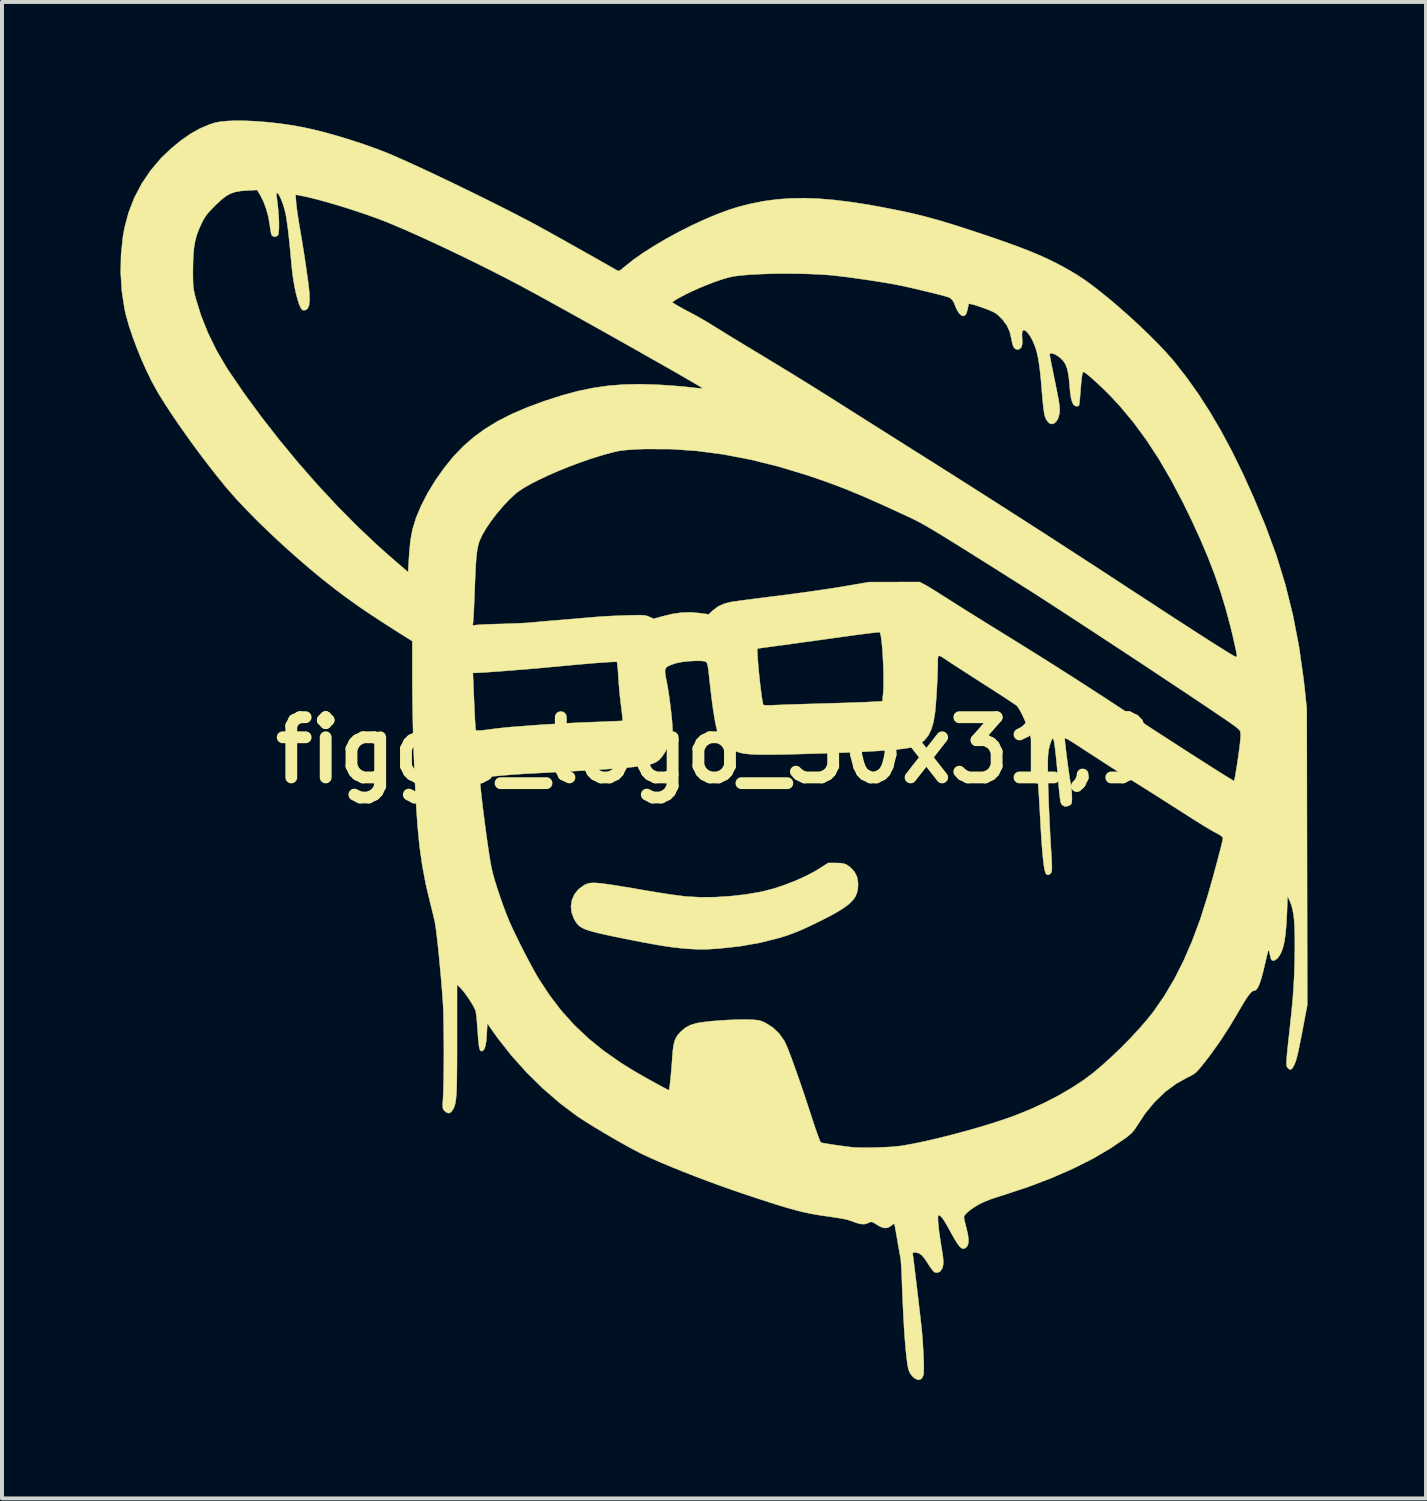
<source format=kicad_pcb>
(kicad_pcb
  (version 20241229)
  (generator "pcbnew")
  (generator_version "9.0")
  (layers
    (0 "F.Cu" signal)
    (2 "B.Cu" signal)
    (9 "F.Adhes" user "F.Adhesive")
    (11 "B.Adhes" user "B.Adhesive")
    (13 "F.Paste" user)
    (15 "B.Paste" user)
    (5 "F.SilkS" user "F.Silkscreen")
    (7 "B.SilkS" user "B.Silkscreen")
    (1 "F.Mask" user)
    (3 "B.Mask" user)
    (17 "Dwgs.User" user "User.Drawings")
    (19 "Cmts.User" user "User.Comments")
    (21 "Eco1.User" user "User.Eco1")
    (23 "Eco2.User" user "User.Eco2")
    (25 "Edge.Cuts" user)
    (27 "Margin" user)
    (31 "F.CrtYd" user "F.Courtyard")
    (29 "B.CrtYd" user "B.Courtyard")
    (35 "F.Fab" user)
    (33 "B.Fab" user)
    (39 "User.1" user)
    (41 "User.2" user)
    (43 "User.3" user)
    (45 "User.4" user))
  (footprint "figge_logo_30x31,9"
    (layer "F.Cu")
    (at 15.027 15.938)
    (property "Reference" "figge_logo_30x31,9" (at 0 0 0) (layer "F.SilkS") (effects (font (size 1.524 1.524) (thickness 0.3))))
    (attr through_hole)
    (fp_poly (pts (xy 3.19 2.857) (xy 3.278 2.87) (xy 3.349 2.897) (xy 3.416 2.942) (xy 3.454 2.974) (xy 3.554 3.082) (xy 3.614 3.202) (xy 3.64 3.344) (xy 3.642 3.408) (xy 3.634 3.519) (xy 3.611 3.619) (xy 3.569 3.713) (xy 3.504 3.803) (xy 3.413 3.892) (xy 3.293 3.983) (xy 3.14 4.08) (xy 2.952 4.186) (xy 2.724 4.303) (xy 2.606 4.361) (xy 2.412 4.454) (xy 2.249 4.53) (xy 2.106 4.591) (xy 1.974 4.643) (xy 1.842 4.69) (xy 1.699 4.735) (xy 1.637 4.753) (xy 1.158 4.874) (xy 0.651 4.963) (xy 0.124 5.02) (xy 0.071 5.023) (xy -0.076 5.033) (xy -0.189 5.039) (xy -0.284 5.041) (xy -0.374 5.041) (xy -0.474 5.037) (xy -0.59 5.031) (xy -0.753 5.02) (xy -0.923 5.003) (xy -1.106 4.98) (xy -1.308 4.95) (xy -1.534 4.912) (xy -1.79 4.865) (xy -2.082 4.808) (xy -2.299 4.765) (xy -2.556 4.712) (xy -2.77 4.666) (xy -2.947 4.626) (xy -3.09 4.589) (xy -3.205 4.554) (xy -3.296 4.519) (xy -3.367 4.482) (xy -3.422 4.442) (xy -3.467 4.396) (xy -3.504 4.344) (xy -3.54 4.283) (xy -3.545 4.275) (xy -3.607 4.115) (xy -3.625 3.952) (xy -3.601 3.795) (xy -3.538 3.649) (xy -3.436 3.522) (xy -3.314 3.431) (xy -3.273 3.407) (xy -3.233 3.388) (xy -3.19 3.374) (xy -3.142 3.364) (xy -3.082 3.359) (xy -3.009 3.359) (xy -2.919 3.366) (xy -2.806 3.378) (xy -2.669 3.397) (xy -2.502 3.422) (xy -2.302 3.455) (xy -2.065 3.494) (xy -1.788 3.542) (xy -1.616 3.571) (xy -1.429 3.602) (xy -1.239 3.632) (xy -1.055 3.659) (xy -0.888 3.681) (xy -0.75 3.698) (xy -0.684 3.705) (xy -0.337 3.723) (xy 0.037 3.719) (xy 0.421 3.694) (xy 0.803 3.65) (xy 1.166 3.588) (xy 1.25 3.57) (xy 1.506 3.503) (xy 1.777 3.413) (xy 2.05 3.307) (xy 2.311 3.19) (xy 2.546 3.067) (xy 2.668 2.993) (xy 2.886 2.854) (xy 3.069 2.854) (xy 3.19 2.857)) (stroke (width 0.01) (type solid)) (fill yes) (layer "F.SilkS"))
    (fp_poly (pts (xy -11.87 -15.931) (xy -11.607 -15.919) (xy -11.329 -15.897) (xy -11.042 -15.867) (xy -10.753 -15.827) (xy -10.467 -15.778) (xy -10.448 -15.774) (xy -10.174 -15.716) (xy -9.869 -15.64) (xy -9.544 -15.549) (xy -9.211 -15.448) (xy -8.88 -15.339) (xy -8.563 -15.227) (xy -8.272 -15.114) (xy -8.125 -15.052) (xy -7.873 -14.941) (xy -7.588 -14.812) (xy -7.277 -14.668) (xy -6.947 -14.512) (xy -6.604 -14.349) (xy -6.256 -14.18) (xy -5.909 -14.01) (xy -5.571 -13.842) (xy -5.247 -13.679) (xy -4.945 -13.524) (xy -4.672 -13.382) (xy -4.434 -13.254) (xy -4.41 -13.241) (xy -4.302 -13.181) (xy -4.163 -13.104) (xy -3.999 -13.013) (xy -3.818 -12.912) (xy -3.625 -12.803) (xy -3.427 -12.692) (xy -3.23 -12.581) (xy -3.041 -12.475) (xy -2.867 -12.376) (xy -2.712 -12.288) (xy -2.584 -12.215) (xy -2.49 -12.161) (xy -2.473 -12.151) (xy -2.44 -12.134) (xy -2.411 -12.132) (xy -2.376 -12.149) (xy -2.324 -12.19) (xy -2.272 -12.233) (xy -2.057 -12.405) (xy -1.803 -12.584) (xy -1.519 -12.765) (xy -1.213 -12.945) (xy -0.893 -13.119) (xy -0.566 -13.284) (xy -0.24 -13.434) (xy 0.076 -13.567) (xy 0.375 -13.678) (xy 0.609 -13.751) (xy 0.936 -13.834) (xy 1.262 -13.898) (xy 1.591 -13.942) (xy 1.929 -13.967) (xy 2.28 -13.973) (xy 2.651 -13.959) (xy 3.045 -13.926) (xy 3.468 -13.874) (xy 3.926 -13.802) (xy 4.292 -13.735) (xy 4.563 -13.682) (xy 4.81 -13.631) (xy 5.042 -13.58) (xy 5.267 -13.525) (xy 5.491 -13.466) (xy 5.724 -13.401) (xy 5.972 -13.326) (xy 6.244 -13.24) (xy 6.546 -13.141) (xy 6.771 -13.067) (xy 7.13 -12.945) (xy 7.449 -12.833) (xy 7.734 -12.729) (xy 7.989 -12.629) (xy 8.221 -12.533) (xy 8.436 -12.436) (xy 8.637 -12.338) (xy 8.832 -12.235) (xy 9.026 -12.125) (xy 9.186 -12.029) (xy 9.369 -11.909) (xy 9.577 -11.758) (xy 9.803 -11.581) (xy 10.044 -11.385) (xy 10.291 -11.173) (xy 10.541 -10.951) (xy 10.786 -10.724) (xy 11.022 -10.497) (xy 11.242 -10.276) (xy 11.441 -10.065) (xy 11.613 -9.87) (xy 11.643 -9.835) (xy 11.954 -9.438) (xy 12.255 -9.015) (xy 12.546 -8.563) (xy 12.83 -8.078) (xy 13.108 -7.559) (xy 13.381 -7.001) (xy 13.651 -6.402) (xy 13.92 -5.759) (xy 13.96 -5.66) (xy 14.228 -4.933) (xy 14.457 -4.186) (xy 14.648 -3.418) (xy 14.801 -2.625) (xy 14.917 -1.806) (xy 14.94 -1.604) (xy 14.999 -1.049) (xy 15.005 2.7) (xy 15.011 6.45) (xy 14.922 6.922) (xy 14.878 7.155) (xy 14.84 7.347) (xy 14.809 7.502) (xy 14.783 7.627) (xy 14.76 7.725) (xy 14.74 7.803) (xy 14.721 7.865) (xy 14.703 7.916) (xy 14.683 7.962) (xy 14.639 8.043) (xy 14.6 8.082) (xy 14.56 8.079) (xy 14.516 8.042) (xy 14.504 8.026) (xy 14.494 8.006) (xy 14.487 7.976) (xy 14.485 7.934) (xy 14.486 7.874) (xy 14.491 7.793) (xy 14.5 7.685) (xy 14.514 7.546) (xy 14.532 7.373) (xy 14.556 7.159) (xy 14.574 6.993) (xy 14.613 6.627) (xy 14.644 6.294) (xy 14.666 5.982) (xy 14.682 5.677) (xy 14.692 5.366) (xy 14.697 5.037) (xy 14.697 4.952) (xy 14.696 4.697) (xy 14.69 4.483) (xy 14.679 4.304) (xy 14.662 4.154) (xy 14.639 4.026) (xy 14.608 3.916) (xy 14.57 3.817) (xy 14.566 3.809) (xy 14.512 3.691) (xy 14.497 4.115) (xy 14.483 4.388) (xy 14.464 4.618) (xy 14.438 4.809) (xy 14.405 4.966) (xy 14.363 5.093) (xy 14.312 5.195) (xy 14.254 5.271) (xy 14.192 5.318) (xy 14.144 5.326) (xy 14.113 5.314) (xy 14.092 5.284) (xy 14.076 5.223) (xy 14.067 5.177) (xy 14.052 5.107) (xy 14.038 5.065) (xy 14.029 5.059) (xy 14.018 5.09) (xy 14 5.157) (xy 13.978 5.251) (xy 13.952 5.362) (xy 13.951 5.365) (xy 13.899 5.588) (xy 13.852 5.766) (xy 13.807 5.902) (xy 13.765 5.999) (xy 13.725 6.059) (xy 13.685 6.084) (xy 13.674 6.085) (xy 13.636 6.094) (xy 13.593 6.126) (xy 13.541 6.184) (xy 13.479 6.271) (xy 13.402 6.392) (xy 13.309 6.55) (xy 13.274 6.611) (xy 13.047 6.992) (xy 12.811 7.356) (xy 12.572 7.693) (xy 12.406 7.909) (xy 12.319 8.017) (xy 12.253 8.094) (xy 12.199 8.15) (xy 12.149 8.191) (xy 12.094 8.225) (xy 12.025 8.26) (xy 11.989 8.277) (xy 11.692 8.442) (xy 11.412 8.65) (xy 11.152 8.899) (xy 10.914 9.187) (xy 10.705 9.503) (xy 10.635 9.61) (xy 10.561 9.695) (xy 10.467 9.776) (xy 10.431 9.804) (xy 10.028 10.078) (xy 9.581 10.34) (xy 9.088 10.588) (xy 8.552 10.823) (xy 7.971 11.045) (xy 7.346 11.253) (xy 7.24 11.285) (xy 6.998 11.365) (xy 6.802 11.445) (xy 6.687 11.503) (xy 6.56 11.581) (xy 6.454 11.658) (xy 6.376 11.728) (xy 6.33 11.788) (xy 6.321 11.819) (xy 6.326 11.858) (xy 6.342 11.931) (xy 6.365 12.024) (xy 6.379 12.079) (xy 6.42 12.254) (xy 6.437 12.39) (xy 6.43 12.492) (xy 6.401 12.56) (xy 6.391 12.57) (xy 6.348 12.606) (xy 6.305 12.618) (xy 6.262 12.605) (xy 6.213 12.563) (xy 6.156 12.488) (xy 6.087 12.378) (xy 6.003 12.229) (xy 5.968 12.164) (xy 5.885 12.015) (xy 5.818 11.904) (xy 5.764 11.829) (xy 5.72 11.785) (xy 5.684 11.769) (xy 5.678 11.768) (xy 5.666 11.791) (xy 5.663 11.854) (xy 5.668 11.952) (xy 5.68 12.081) (xy 5.698 12.233) (xy 5.724 12.405) (xy 5.743 12.523) (xy 5.77 12.691) (xy 5.789 12.82) (xy 5.798 12.919) (xy 5.798 12.996) (xy 5.79 13.057) (xy 5.773 13.11) (xy 5.768 13.124) (xy 5.72 13.193) (xy 5.654 13.225) (xy 5.582 13.215) (xy 5.573 13.211) (xy 5.542 13.181) (xy 5.495 13.121) (xy 5.439 13.04) (xy 5.405 12.985) (xy 5.324 12.864) (xy 5.253 12.782) (xy 5.184 12.734) (xy 5.111 12.713) (xy 5.081 12.712) (xy 5.04 12.715) (xy 5.025 12.736) (xy 5.029 12.786) (xy 5.031 12.8) (xy 5.039 12.855) (xy 5.051 12.949) (xy 5.066 13.077) (xy 5.085 13.231) (xy 5.106 13.405) (xy 5.129 13.592) (xy 5.151 13.784) (xy 5.174 13.976) (xy 5.195 14.161) (xy 5.215 14.331) (xy 5.232 14.48) (xy 5.245 14.6) (xy 5.248 14.622) (xy 5.262 14.768) (xy 5.274 14.929) (xy 5.285 15.097) (xy 5.294 15.264) (xy 5.301 15.423) (xy 5.305 15.565) (xy 5.305 15.683) (xy 5.303 15.768) (xy 5.298 15.808) (xy 5.261 15.892) (xy 5.207 15.934) (xy 5.138 15.932) (xy 5.059 15.886) (xy 5.024 15.854) (xy 4.952 15.764) (xy 4.912 15.657) (xy 4.909 15.643) (xy 4.888 15.52) (xy 4.867 15.354) (xy 4.846 15.148) (xy 4.826 14.906) (xy 4.807 14.631) (xy 4.79 14.328) (xy 4.774 14) (xy 4.759 13.65) (xy 4.751 13.408) (xy 4.745 13.255) (xy 4.738 13.112) (xy 4.73 12.988) (xy 4.722 12.891) (xy 4.714 12.832) (xy 4.713 12.83) (xy 4.701 12.769) (xy 4.684 12.673) (xy 4.662 12.553) (xy 4.639 12.42) (xy 4.629 12.358) (xy 4.607 12.233) (xy 4.588 12.125) (xy 4.573 12.042) (xy 4.563 11.993) (xy 4.56 11.984) (xy 4.54 11.992) (xy 4.498 12.022) (xy 4.48 12.037) (xy 4.4 12.085) (xy 4.316 12.096) (xy 4.22 12.068) (xy 4.127 12.016) (xy 4.052 11.968) (xy 4.003 11.943) (xy 3.966 11.939) (xy 3.927 11.951) (xy 3.887 11.971) (xy 3.807 11.996) (xy 3.71 11.993) (xy 3.591 11.961) (xy 3.502 11.927) (xy 3.398 11.892) (xy 3.256 11.859) (xy 3.072 11.828) (xy 2.995 11.817) (xy 2.818 11.792) (xy 2.658 11.768) (xy 2.509 11.743) (xy 2.366 11.715) (xy 2.222 11.683) (xy 2.072 11.645) (xy 1.91 11.601) (xy 1.731 11.548) (xy 1.529 11.486) (xy 1.297 11.411) (xy 1.031 11.324) (xy 0.814 11.252) (xy 0.503 11.147) (xy 0.182 11.034) (xy -0.142 10.915) (xy -0.463 10.794) (xy -0.775 10.672) (xy -1.07 10.553) (xy -1.343 10.439) (xy -1.587 10.332) (xy -1.796 10.235) (xy -1.887 10.19) (xy -2.04 10.11) (xy -2.219 10.013) (xy -2.415 9.903) (xy -2.619 9.785) (xy -2.824 9.664) (xy -3.022 9.546) (xy -3.203 9.434) (xy -3.359 9.335) (xy -3.482 9.253) (xy -3.486 9.25) (xy -3.92 8.922) (xy -4.344 8.554) (xy -4.75 8.154) (xy -5.131 7.729) (xy -5.48 7.286) (xy -5.601 7.116) (xy -5.743 6.912) (xy -5.756 7.188) (xy -5.77 7.364) (xy -5.793 7.493) (xy -5.826 7.577) (xy -5.869 7.615) (xy -5.885 7.618) (xy -5.909 7.611) (xy -5.927 7.588) (xy -5.943 7.543) (xy -5.956 7.47) (xy -5.968 7.365) (xy -5.979 7.221) (xy -5.987 7.099) (xy -5.998 6.957) (xy -6.009 6.826) (xy -6.021 6.714) (xy -6.032 6.633) (xy -6.039 6.597) (xy -6.067 6.531) (xy -6.117 6.439) (xy -6.183 6.333) (xy -6.256 6.224) (xy -6.33 6.124) (xy -6.397 6.043) (xy -6.425 6.015) (xy -6.509 5.934) (xy -6.509 7.326) (xy -6.509 7.64) (xy -6.51 7.91) (xy -6.512 8.141) (xy -6.514 8.336) (xy -6.517 8.499) (xy -6.522 8.633) (xy -6.528 8.743) (xy -6.537 8.832) (xy -6.547 8.903) (xy -6.559 8.961) (xy -6.573 9.01) (xy -6.59 9.052) (xy -6.605 9.082) (xy -6.657 9.158) (xy -6.714 9.187) (xy -6.777 9.17) (xy -6.843 9.112) (xy -6.859 9.087) (xy -6.869 9.053) (xy -6.872 9) (xy -6.87 8.918) (xy -6.863 8.8) (xy -6.862 8.785) (xy -6.856 8.664) (xy -6.851 8.504) (xy -6.847 8.312) (xy -6.844 8.095) (xy -6.843 7.862) (xy -6.842 7.621) (xy -6.843 7.378) (xy -6.845 7.141) (xy -6.848 6.919) (xy -6.852 6.718) (xy -6.858 6.547) (xy -6.862 6.45) (xy -6.871 6.304) (xy -6.884 6.129) (xy -6.9 5.934) (xy -6.918 5.724) (xy -6.938 5.507) (xy -6.958 5.29) (xy -6.979 5.08) (xy -7 4.884) (xy -7.02 4.708) (xy -7.038 4.56) (xy -7.053 4.447) (xy -7.063 4.387) (xy -7.083 4.295) (xy -7.111 4.173) (xy -7.144 4.036) (xy -7.178 3.9) (xy -7.181 3.891) (xy -7.298 3.401) (xy -7.389 2.917) (xy -7.459 2.424) (xy -7.509 1.905) (xy -7.51 1.886) (xy -7.541 1.438) (xy -7.567 0.952) (xy -7.577 0.734) (xy -5.929 0.734) (xy -5.926 0.804) (xy -5.917 0.909) (xy -5.904 1.044) (xy -5.886 1.204) (xy -5.866 1.384) (xy -5.842 1.577) (xy -5.816 1.779) (xy -5.789 1.985) (xy -5.762 2.187) (xy -5.734 2.382) (xy -5.707 2.564) (xy -5.682 2.727) (xy -5.658 2.866) (xy -5.638 2.975) (xy -5.634 2.994) (xy -5.598 3.141) (xy -5.547 3.32) (xy -5.484 3.521) (xy -5.413 3.732) (xy -5.338 3.943) (xy -5.263 4.143) (xy -5.191 4.321) (xy -5.178 4.351) (xy -5.106 4.51) (xy -5.017 4.696) (xy -4.918 4.897) (xy -4.813 5.105) (xy -4.707 5.308) (xy -4.606 5.498) (xy -4.514 5.663) (xy -4.447 5.778) (xy -4.169 6.202) (xy -3.87 6.593) (xy -3.545 6.954) (xy -3.19 7.291) (xy -2.8 7.607) (xy -2.371 7.908) (xy -2.108 8.072) (xy -2.009 8.131) (xy -1.893 8.199) (xy -1.766 8.271) (xy -1.636 8.344) (xy -1.509 8.414) (xy -1.391 8.479) (xy -1.289 8.534) (xy -1.21 8.575) (xy -1.159 8.6) (xy -1.144 8.604) (xy -1.137 8.576) (xy -1.127 8.508) (xy -1.115 8.409) (xy -1.102 8.285) (xy -1.089 8.144) (xy -1.076 7.995) (xy -1.065 7.844) (xy -1.062 7.789) (xy -1.048 7.616) (xy -1.031 7.481) (xy -1.006 7.375) (xy -0.973 7.29) (xy -0.926 7.215) (xy -0.864 7.143) (xy -0.842 7.121) (xy -0.733 7.028) (xy -0.613 6.961) (xy -0.47 6.916) (xy -0.379 6.897) (xy -0.234 6.877) (xy -0.056 6.858) (xy 0.144 6.842) (xy 0.352 6.829) (xy 0.554 6.821) (xy 0.739 6.818) (xy 0.851 6.819) (xy 0.976 6.823) (xy 1.067 6.83) (xy 1.136 6.84) (xy 1.195 6.857) (xy 1.256 6.883) (xy 1.305 6.907) (xy 1.487 7.021) (xy 1.644 7.172) (xy 1.77 7.351) (xy 1.803 7.415) (xy 1.846 7.512) (xy 1.901 7.651) (xy 1.967 7.825) (xy 2.041 8.03) (xy 2.123 8.262) (xy 2.211 8.517) (xy 2.303 8.789) (xy 2.397 9.074) (xy 2.45 9.236) (xy 2.505 9.405) (xy 2.557 9.56) (xy 2.604 9.694) (xy 2.644 9.803) (xy 2.673 9.88) (xy 2.692 9.919) (xy 2.694 9.923) (xy 2.717 9.933) (xy 2.763 9.945) (xy 2.837 9.958) (xy 2.942 9.975) (xy 3.084 9.996) (xy 3.265 10.021) (xy 3.455 10.046) (xy 3.561 10.055) (xy 3.703 10.06) (xy 3.87 10.061) (xy 4.052 10.058) (xy 4.237 10.052) (xy 4.416 10.044) (xy 4.576 10.032) (xy 4.708 10.018) (xy 4.748 10.013) (xy 5.031 9.962) (xy 5.347 9.896) (xy 5.687 9.817) (xy 6.041 9.728) (xy 6.4 9.631) (xy 6.753 9.53) (xy 7.09 9.426) (xy 7.402 9.323) (xy 7.629 9.241) (xy 7.998 9.092) (xy 8.363 8.924) (xy 8.715 8.742) (xy 9.046 8.549) (xy 9.346 8.353) (xy 9.587 8.173) (xy 9.814 7.981) (xy 10.052 7.767) (xy 10.292 7.537) (xy 10.525 7.301) (xy 10.744 7.065) (xy 10.941 6.839) (xy 11.108 6.631) (xy 11.12 6.615) (xy 11.393 6.221) (xy 11.646 5.793) (xy 11.881 5.329) (xy 12.099 4.826) (xy 12.301 4.282) (xy 12.485 3.702) (xy 12.531 3.543) (xy 12.58 3.37) (xy 12.631 3.19) (xy 12.68 3.008) (xy 12.728 2.832) (xy 12.771 2.667) (xy 12.81 2.519) (xy 12.841 2.395) (xy 12.863 2.301) (xy 12.875 2.243) (xy 12.877 2.229) (xy 12.864 2.197) (xy 12.822 2.161) (xy 12.745 2.115) (xy 12.702 2.092) (xy 12.648 2.064) (xy 12.588 2.03) (xy 12.518 1.99) (xy 12.434 1.939) (xy 12.333 1.877) (xy 12.211 1.801) (xy 12.064 1.708) (xy 11.888 1.596) (xy 11.681 1.464) (xy 11.438 1.309) (xy 11.415 1.294) (xy 11.249 1.188) (xy 11.064 1.071) (xy 10.875 0.952) (xy 10.697 0.84) (xy 10.543 0.744) (xy 10.542 0.743) (xy 10.405 0.658) (xy 10.239 0.553) (xy 10.057 0.437) (xy 9.868 0.315) (xy 9.684 0.196) (xy 9.563 0.118) (xy 9.382 -0.000177) (xy 9.237 -0.095) (xy 9.123 -0.168) (xy 9.036 -0.223) (xy 8.973 -0.261) (xy 8.93 -0.285) (xy 8.902 -0.298) (xy 8.885 -0.302) (xy 8.876 -0.299) (xy 8.875 -0.298) (xy 8.874 -0.272) (xy 8.879 -0.207) (xy 8.89 -0.11) (xy 8.904 0.012) (xy 8.921 0.15) (xy 8.94 0.298) (xy 8.961 0.448) (xy 8.981 0.593) (xy 9.001 0.726) (xy 9.019 0.838) (xy 9.023 0.861) (xy 9.041 0.983) (xy 9.052 1.105) (xy 9.055 1.215) (xy 9.052 1.302) (xy 9.04 1.356) (xy 9.038 1.361) (xy 9.004 1.389) (xy 8.954 1.414) (xy 8.874 1.424) (xy 8.81 1.39) (xy 8.772 1.328) (xy 8.763 1.288) (xy 8.752 1.208) (xy 8.739 1.097) (xy 8.725 0.96) (xy 8.71 0.806) (xy 8.702 0.711) (xy 8.678 0.43) (xy 8.655 0.196) (xy 8.634 0.006) (xy 8.615 -0.141) (xy 8.597 -0.245) (xy 8.594 -0.257) (xy 8.578 -0.294) (xy 8.556 -0.285) (xy 8.528 -0.23) (xy 8.495 -0.129) (xy 8.488 -0.103) (xy 8.468 -0.02) (xy 8.455 0.07) (xy 8.447 0.18) (xy 8.444 0.32) (xy 8.443 0.415) (xy 8.445 0.601) (xy 8.45 0.825) (xy 8.457 1.08) (xy 8.467 1.358) (xy 8.48 1.65) (xy 8.494 1.948) (xy 8.509 2.243) (xy 8.525 2.512) (xy 8.536 2.688) (xy 8.543 2.824) (xy 8.547 2.924) (xy 8.547 2.997) (xy 8.544 3.046) (xy 8.537 3.08) (xy 8.527 3.103) (xy 8.524 3.107) (xy 8.477 3.153) (xy 8.429 3.154) (xy 8.401 3.131) (xy 8.381 3.092) (xy 8.363 3.023) (xy 8.345 2.921) (xy 8.328 2.785) (xy 8.311 2.612) (xy 8.293 2.399) (xy 8.276 2.146) (xy 8.259 1.85) (xy 8.242 1.535) (xy 8.224 1.209) (xy 8.204 0.923) (xy 8.183 0.672) (xy 8.159 0.448) (xy 8.131 0.245) (xy 8.099 0.056) (xy 8.061 -0.124) (xy 8.017 -0.303) (xy 7.981 -0.436) (xy 7.943 -0.555) (xy 7.893 -0.684) (xy 7.836 -0.814) (xy 7.778 -0.935) (xy 7.723 -1.035) (xy 7.675 -1.106) (xy 7.656 -1.127) (xy 7.626 -1.15) (xy 7.56 -1.194) (xy 7.463 -1.259) (xy 7.341 -1.339) (xy 7.198 -1.432) (xy 7.039 -1.535) (xy 6.867 -1.645) (xy 6.839 -1.663) (xy 6.66 -1.778) (xy 6.487 -1.889) (xy 6.325 -1.993) (xy 6.18 -2.087) (xy 6.058 -2.166) (xy 5.963 -2.228) (xy 5.903 -2.268) (xy 5.902 -2.269) (xy 5.8 -2.337) (xy 5.732 -2.378) (xy 5.69 -2.391) (xy 5.669 -2.372) (xy 5.661 -2.32) (xy 5.66 -2.232) (xy 5.66 -2.19) (xy 5.658 -2.056) (xy 5.652 -1.891) (xy 5.643 -1.705) (xy 5.633 -1.512) (xy 5.621 -1.323) (xy 5.608 -1.15) (xy 5.595 -1.006) (xy 5.588 -0.943) (xy 5.55 -0.713) (xy 5.494 -0.522) (xy 5.418 -0.369) (xy 5.318 -0.247) (xy 5.193 -0.154) (xy 5.04 -0.085) (xy 5.035 -0.084) (xy 4.944 -0.061) (xy 4.806 -0.039) (xy 4.62 -0.018) (xy 4.388 0.002) (xy 4.109 0.021) (xy 3.784 0.039) (xy 3.412 0.056) (xy 2.994 0.072) (xy 2.53 0.087) (xy 2.181 0.097) (xy 1.872 0.105) (xy 1.606 0.11) (xy 1.38 0.112) (xy 1.189 0.112) (xy 1.029 0.108) (xy 0.897 0.1) (xy 0.788 0.089) (xy 0.699 0.074) (xy 0.625 0.055) (xy 0.563 0.032) (xy 0.524 0.012) (xy 0.398 -0.068) (xy 0.282 -0.163) (xy 0.186 -0.263) (xy 0.122 -0.358) (xy 0.12 -0.362) (xy 0.084 -0.457) (xy 0.049 -0.6) (xy 0.012 -0.789) (xy -0.026 -1.025) (xy -0.064 -1.308) (xy -0.103 -1.638) (xy -0.129 -1.875) (xy -0.144 -2.013) (xy -0.158 -2.111) (xy -0.173 -2.176) (xy -0.188 -2.216) (xy -0.205 -2.236) (xy -0.253 -2.252) (xy -0.337 -2.261) (xy -0.447 -2.262) (xy -0.571 -2.257) (xy -0.701 -2.247) (xy -0.825 -2.231) (xy -0.933 -2.211) (xy -0.991 -2.195) (xy -1.099 -2.157) (xy -1.175 -2.124) (xy -1.221 -2.085) (xy -1.243 -2.032) (xy -1.243 -1.958) (xy -1.227 -1.853) (xy -1.205 -1.742) (xy -1.178 -1.6) (xy -1.151 -1.43) (xy -1.125 -1.245) (xy -1.101 -1.054) (xy -1.08 -0.87) (xy -1.065 -0.705) (xy -1.056 -0.569) (xy -1.054 -0.521) (xy -1.054 -0.424) (xy -1.059 -0.353) (xy -1.073 -0.29) (xy -1.102 -0.221) (xy -1.148 -0.128) (xy -1.153 -0.118) (xy -1.237 0.038) (xy -1.313 0.155) (xy -1.389 0.242) (xy -1.473 0.303) (xy -1.573 0.346) (xy -1.696 0.377) (xy -1.757 0.387) (xy -1.845 0.401) (xy -1.948 0.414) (xy -2.069 0.427) (xy -2.21 0.441) (xy -2.375 0.454) (xy -2.565 0.469) (xy -2.785 0.484) (xy -3.037 0.499) (xy -3.323 0.517) (xy -3.646 0.535) (xy -4.009 0.555) (xy -4.415 0.577) (xy -4.646 0.589) (xy -4.813 0.598) (xy -4.989 0.61) (xy -5.167 0.623) (xy -5.341 0.638) (xy -5.503 0.652) (xy -5.648 0.667) (xy -5.77 0.68) (xy -5.86 0.692) (xy -5.914 0.702) (xy -5.925 0.706) (xy -5.929 0.734) (xy -7.577 0.734) (xy -7.591 0.439) (xy -7.61 -0.091) (xy -7.625 -0.63) (xy -7.635 -1.166) (xy -7.641 -1.691) (xy -7.641 -1.937) (xy -7.641 -1.957) (xy -6.108 -1.957) (xy -6.094 -1.633) (xy -6.083 -1.369) (xy -6.073 -1.148) (xy -6.065 -0.966) (xy -6.058 -0.821) (xy -6.052 -0.709) (xy -6.046 -0.625) (xy -6.042 -0.566) (xy -6.037 -0.528) (xy -6.033 -0.508) (xy -6.031 -0.504) (xy -6 -0.496) (xy -5.924 -0.498) (xy -5.804 -0.51) (xy -5.722 -0.521) (xy -5.571 -0.541) (xy -5.397 -0.561) (xy -5.227 -0.579) (xy -5.125 -0.588) (xy -4.315 -0.649) (xy -3.461 -0.696) (xy -3.078 -0.711) (xy -2.894 -0.718) (xy -2.726 -0.725) (xy -2.58 -0.731) (xy -2.46 -0.736) (xy -2.373 -0.74) (xy -2.325 -0.743) (xy -2.316 -0.744) (xy -2.317 -0.768) (xy -2.323 -0.83) (xy -2.333 -0.924) (xy -2.347 -1.041) (xy -2.358 -1.13) (xy -2.378 -1.297) (xy -2.397 -1.485) (xy -2.413 -1.672) (xy -2.425 -1.838) (xy -2.426 -1.864) (xy -2.434 -1.989) (xy -2.442 -2.096) (xy -2.451 -2.178) (xy -2.458 -2.225) (xy -2.461 -2.233) (xy -2.491 -2.237) (xy -2.565 -2.235) (xy -2.683 -2.229) (xy -2.842 -2.218) (xy -3.042 -2.203) (xy -3.28 -2.183) (xy -3.555 -2.159) (xy -3.865 -2.13) (xy -4.196 -2.099) (xy -4.381 -2.082) (xy -4.583 -2.064) (xy -4.794 -2.046) (xy -5.009 -2.029) (xy -5.22 -2.012) (xy -5.422 -1.997) (xy -5.608 -1.983) (xy -5.772 -1.972) (xy -5.906 -1.964) (xy -6.005 -1.959) (xy -6.054 -1.957) (xy -6.108 -1.957) (xy -7.641 -1.957) (xy -7.641 -2.569) (xy 1.087 -2.569) (xy 1.099 -2.363) (xy 1.108 -2.226) (xy 1.121 -2.071) (xy 1.137 -1.909) (xy 1.154 -1.744) (xy 1.173 -1.586) (xy 1.191 -1.441) (xy 1.209 -1.317) (xy 1.225 -1.221) (xy 1.238 -1.161) (xy 1.244 -1.147) (xy 1.271 -1.139) (xy 1.335 -1.136) (xy 1.427 -1.136) (xy 1.519 -1.14) (xy 1.602 -1.144) (xy 1.726 -1.149) (xy 1.882 -1.154) (xy 2.065 -1.16) (xy 2.266 -1.167) (xy 2.479 -1.173) (xy 2.697 -1.179) (xy 2.712 -1.18) (xy 2.932 -1.186) (xy 3.15 -1.193) (xy 3.359 -1.199) (xy 3.55 -1.206) (xy 3.717 -1.212) (xy 3.852 -1.217) (xy 3.948 -1.222) (xy 3.95 -1.222) (xy 4.257 -1.238) (xy 4.276 -1.427) (xy 4.284 -1.54) (xy 4.287 -1.678) (xy 4.287 -1.837) (xy 4.284 -2.007) (xy 4.278 -2.183) (xy 4.269 -2.358) (xy 4.259 -2.524) (xy 4.246 -2.675) (xy 4.232 -2.804) (xy 4.217 -2.904) (xy 4.201 -2.968) (xy 4.192 -2.986) (xy 4.166 -2.986) (xy 4.098 -2.98) (xy 3.993 -2.968) (xy 3.856 -2.951) (xy 3.692 -2.93) (xy 3.505 -2.905) (xy 3.3 -2.877) (xy 3.155 -2.857) (xy 2.92 -2.824) (xy 2.682 -2.791) (xy 2.448 -2.758) (xy 2.227 -2.728) (xy 2.026 -2.7) (xy 1.854 -2.676) (xy 1.719 -2.658) (xy 1.686 -2.654) (xy 1.541 -2.634) (xy 1.407 -2.616) (xy 1.293 -2.601) (xy 1.209 -2.589) (xy 1.163 -2.582) (xy 1.087 -2.569) (xy -7.641 -2.569) (xy -7.641 -2.76) (xy -7.765 -2.838) (xy -8.059 -3.023) (xy -8.266 -3.156) (xy -6.111 -3.156) (xy -6.021 -3.169) (xy -5.972 -3.173) (xy -5.884 -3.178) (xy -5.765 -3.184) (xy -5.622 -3.189) (xy -5.464 -3.194) (xy -5.377 -3.196) (xy -5.206 -3.202) (xy -5.038 -3.208) (xy -4.882 -3.215) (xy -4.75 -3.222) (xy -4.651 -3.229) (xy -4.622 -3.232) (xy -4.533 -3.241) (xy -4.409 -3.252) (xy -4.261 -3.265) (xy -4.102 -3.279) (xy -3.962 -3.29) (xy -3.783 -3.305) (xy -3.586 -3.321) (xy -3.389 -3.338) (xy -3.209 -3.354) (xy -3.113 -3.362) (xy -2.958 -3.375) (xy -2.772 -3.387) (xy -2.573 -3.398) (xy -2.377 -3.406) (xy -2.24 -3.411) (xy -2.076 -3.416) (xy -1.952 -3.418) (xy -1.859 -3.418) (xy -1.791 -3.414) (xy -1.74 -3.408) (xy -1.698 -3.397) (xy -1.658 -3.382) (xy -1.643 -3.375) (xy -1.529 -3.326) (xy -1.325 -3.384) (xy -1.06 -3.448) (xy -0.817 -3.483) (xy -0.582 -3.489) (xy -0.341 -3.467) (xy -0.319 -3.464) (xy -0.141 -3.437) (xy -0.035 -3.536) (xy 0.099 -3.637) (xy 0.253 -3.707) (xy 0.403 -3.747) (xy 0.453 -3.755) (xy 0.544 -3.768) (xy 0.671 -3.786) (xy 0.829 -3.807) (xy 1.012 -3.831) (xy 1.213 -3.857) (xy 1.429 -3.884) (xy 1.58 -3.903) (xy 1.829 -3.934) (xy 2.09 -3.969) (xy 2.353 -4.005) (xy 2.61 -4.042) (xy 2.85 -4.077) (xy 3.065 -4.11) (xy 3.244 -4.139) (xy 3.278 -4.145) (xy 3.927 -4.256) (xy 4.564 -4.256) (xy 5.2 -4.257) (xy 5.33 -4.189) (xy 5.388 -4.156) (xy 5.478 -4.102) (xy 5.591 -4.033) (xy 5.721 -3.951) (xy 5.86 -3.864) (xy 5.92 -3.825) (xy 6.057 -3.738) (xy 6.226 -3.631) (xy 6.415 -3.512) (xy 6.617 -3.386) (xy 6.821 -3.259) (xy 7.017 -3.137) (xy 7.087 -3.094) (xy 7.559 -2.803) (xy 7.997 -2.53) (xy 8.41 -2.272) (xy 8.805 -2.021) (xy 9.191 -1.775) (xy 9.574 -1.528) (xy 9.963 -1.275) (xy 10.318 -1.042) (xy 10.55 -0.889) (xy 10.79 -0.732) (xy 11.034 -0.573) (xy 11.28 -0.413) (xy 11.524 -0.255) (xy 11.763 -0.101) (xy 11.994 0.048) (xy 12.213 0.188) (xy 12.417 0.318) (xy 12.603 0.437) (xy 12.768 0.541) (xy 12.908 0.629) (xy 13.021 0.698) (xy 13.102 0.747) (xy 13.149 0.774) (xy 13.159 0.778) (xy 13.167 0.756) (xy 13.18 0.694) (xy 13.197 0.598) (xy 13.217 0.476) (xy 13.24 0.333) (xy 13.25 0.265) (xy 13.273 0.107) (xy 13.293 -0.044) (xy 13.309 -0.177) (xy 13.32 -0.285) (xy 13.325 -0.357) (xy 13.326 -0.371) (xy 13.323 -0.438) (xy 13.312 -0.484) (xy 13.283 -0.523) (xy 13.228 -0.571) (xy 13.201 -0.592) (xy 13.149 -0.631) (xy 13.06 -0.693) (xy 12.938 -0.778) (xy 12.784 -0.882) (xy 12.604 -1.004) (xy 12.398 -1.143) (xy 12.17 -1.295) (xy 11.924 -1.46) (xy 11.661 -1.634) (xy 11.386 -1.817) (xy 11.101 -2.006) (xy 10.808 -2.2) (xy 10.511 -2.396) (xy 10.213 -2.592) (xy 9.917 -2.787) (xy 9.625 -2.978) (xy 9.341 -3.164) (xy 9.067 -3.343) (xy 8.807 -3.513) (xy 8.564 -3.671) (xy 8.34 -3.816) (xy 8.138 -3.946) (xy 7.961 -4.059) (xy 7.889 -4.104) (xy 7.514 -4.341) (xy 7.177 -4.554) (xy 6.875 -4.744) (xy 6.605 -4.914) (xy 6.366 -5.064) (xy 6.154 -5.196) (xy 5.967 -5.312) (xy 5.804 -5.413) (xy 5.661 -5.5) (xy 5.536 -5.575) (xy 5.427 -5.639) (xy 5.331 -5.695) (xy 5.246 -5.742) (xy 5.169 -5.783) (xy 5.098 -5.82) (xy 5.031 -5.853) (xy 4.966 -5.885) (xy 4.953 -5.891) (xy 4.6 -6.054) (xy 4.284 -6.199) (xy 3.996 -6.327) (xy 3.732 -6.442) (xy 3.485 -6.545) (xy 3.249 -6.64) (xy 3.017 -6.728) (xy 2.783 -6.813) (xy 2.541 -6.897) (xy 2.354 -6.96) (xy 1.632 -7.179) (xy 0.923 -7.355) (xy 0.228 -7.488) (xy -0.452 -7.577) (xy -1.117 -7.622) (xy -1.766 -7.623) (xy -1.887 -7.619) (xy -2.061 -7.61) (xy -2.199 -7.6) (xy -2.312 -7.589) (xy -2.413 -7.574) (xy -2.511 -7.553) (xy -2.618 -7.527) (xy -2.618 -7.527) (xy -2.874 -7.455) (xy -3.14 -7.371) (xy -3.412 -7.276) (xy -3.683 -7.174) (xy -3.948 -7.067) (xy -4.2 -6.957) (xy -4.433 -6.847) (xy -4.642 -6.74) (xy -4.82 -6.638) (xy -4.963 -6.544) (xy -5.028 -6.492) (xy -5.192 -6.339) (xy -5.355 -6.165) (xy -5.512 -5.979) (xy -5.656 -5.789) (xy -5.781 -5.603) (xy -5.88 -5.43) (xy -5.941 -5.294) (xy -5.965 -5.223) (xy -5.984 -5.142) (xy -6.001 -5.046) (xy -6.016 -4.928) (xy -6.028 -4.785) (xy -6.039 -4.611) (xy -6.049 -4.401) (xy -6.059 -4.149) (xy -6.06 -4.115) (xy -6.067 -3.933) (xy -6.074 -3.759) (xy -6.081 -3.6) (xy -6.088 -3.466) (xy -6.093 -3.363) (xy -6.098 -3.298) (xy -6.098 -3.294) (xy -6.111 -3.156) (xy -8.266 -3.156) (xy -8.318 -3.189) (xy -8.548 -3.338) (xy -8.755 -3.475) (xy -8.944 -3.603) (xy -9.12 -3.727) (xy -9.291 -3.85) (xy -9.46 -3.976) (xy -9.587 -4.072) (xy -9.914 -4.328) (xy -10.248 -4.604) (xy -10.585 -4.895) (xy -10.919 -5.194) (xy -11.243 -5.496) (xy -11.553 -5.796) (xy -11.841 -6.088) (xy -12.102 -6.366) (xy -12.33 -6.626) (xy -12.363 -6.665) (xy -12.585 -6.938) (xy -12.813 -7.23) (xy -13.043 -7.533) (xy -13.269 -7.841) (xy -13.486 -8.147) (xy -13.689 -8.442) (xy -13.874 -8.722) (xy -14.034 -8.977) (xy -14.112 -9.109) (xy -14.242 -9.347) (xy -14.372 -9.613) (xy -14.498 -9.896) (xy -14.616 -10.186) (xy -14.723 -10.473) (xy -14.814 -10.749) (xy -14.886 -11.002) (xy -14.926 -11.179) (xy -14.994 -11.627) (xy -15.017 -12.007) (xy -13.194 -12.007) (xy -13.192 -11.882) (xy -13.188 -11.783) (xy -13.181 -11.702) (xy -13.169 -11.627) (xy -13.152 -11.548) (xy -13.129 -11.456) (xy -13.128 -11.451) (xy -12.992 -11.009) (xy -12.814 -10.563) (xy -12.6 -10.124) (xy -12.352 -9.7) (xy -12.293 -9.608) (xy -11.892 -9.022) (xy -11.461 -8.435) (xy -11.005 -7.851) (xy -10.532 -7.278) (xy -10.044 -6.721) (xy -9.549 -6.188) (xy -9.051 -5.684) (xy -8.557 -5.215) (xy -8.243 -4.935) (xy -7.747 -4.506) (xy -7.73 -4.794) (xy -7.721 -4.935) (xy -7.709 -5.086) (xy -7.696 -5.226) (xy -7.688 -5.306) (xy -7.638 -5.582) (xy -7.548 -5.877) (xy -7.418 -6.187) (xy -7.251 -6.511) (xy -7.056 -6.83) (xy -6.833 -7.146) (xy -6.601 -7.432) (xy -6.354 -7.689) (xy -6.088 -7.922) (xy -5.797 -8.134) (xy -5.479 -8.328) (xy -5.127 -8.507) (xy -4.738 -8.674) (xy -4.306 -8.834) (xy -4.274 -8.845) (xy -3.849 -8.981) (xy -3.45 -9.089) (xy -3.065 -9.169) (xy -2.684 -9.224) (xy -2.297 -9.255) (xy -1.893 -9.264) (xy -1.461 -9.251) (xy -1.434 -9.25) (xy -1.258 -9.24) (xy -1.075 -9.227) (xy -0.898 -9.213) (xy -0.742 -9.199) (xy -0.618 -9.186) (xy -0.605 -9.185) (xy -0.491 -9.171) (xy -0.395 -9.162) (xy -0.326 -9.157) (xy -0.292 -9.158) (xy -0.291 -9.158) (xy -0.309 -9.172) (xy -0.364 -9.207) (xy -0.455 -9.262) (xy -0.579 -9.334) (xy -0.732 -9.423) (xy -0.911 -9.527) (xy -1.114 -9.643) (xy -1.338 -9.77) (xy -1.58 -9.907) (xy -1.836 -10.052) (xy -2.104 -10.204) (xy -2.381 -10.36) (xy -2.663 -10.518) (xy -2.949 -10.679) (xy -3.235 -10.838) (xy -3.518 -10.996) (xy -3.795 -11.15) (xy -4.063 -11.298) (xy -4.137 -11.339) (xy -1.068 -11.339) (xy -0.953 -11.267) (xy -0.885 -11.227) (xy -0.788 -11.173) (xy -0.677 -11.113) (xy -0.578 -11.061) (xy -0.452 -10.994) (xy -0.306 -10.911) (xy -0.159 -10.824) (xy -0.035 -10.749) (xy 0.054 -10.693) (xy 0.176 -10.618) (xy 0.324 -10.526) (xy 0.491 -10.424) (xy 0.671 -10.315) (xy 0.855 -10.203) (xy 0.979 -10.128) (xy 1.291 -9.94) (xy 1.57 -9.77) (xy 1.823 -9.617) (xy 2.056 -9.474) (xy 2.277 -9.337) (xy 2.494 -9.203) (xy 2.712 -9.066) (xy 2.94 -8.923) (xy 3.184 -8.769) (xy 3.29 -8.702) (xy 3.446 -8.603) (xy 3.635 -8.483) (xy 3.852 -8.346) (xy 4.09 -8.195) (xy 4.343 -8.036) (xy 4.604 -7.871) (xy 4.868 -7.704) (xy 5.128 -7.54) (xy 5.33 -7.413) (xy 6.141 -6.9) (xy 6.92 -6.405) (xy 7.675 -5.922) (xy 8.415 -5.447) (xy 9.148 -4.972) (xy 9.883 -4.494) (xy 10.082 -4.364) (xy 10.525 -4.074) (xy 10.93 -3.81) (xy 11.298 -3.57) (xy 11.629 -3.354) (xy 11.926 -3.162) (xy 12.189 -2.992) (xy 12.419 -2.844) (xy 12.617 -2.717) (xy 12.785 -2.611) (xy 12.924 -2.524) (xy 13.034 -2.456) (xy 13.117 -2.407) (xy 13.173 -2.375) (xy 13.205 -2.36) (xy 13.211 -2.358) (xy 13.229 -2.377) (xy 13.231 -2.389) (xy 13.225 -2.43) (xy 13.21 -2.509) (xy 13.187 -2.618) (xy 13.158 -2.749) (xy 13.125 -2.894) (xy 13.089 -3.045) (xy 13.063 -3.148) (xy 12.946 -3.586) (xy 12.815 -4.016) (xy 12.668 -4.444) (xy 12.5 -4.879) (xy 12.31 -5.328) (xy 12.095 -5.798) (xy 11.865 -6.27) (xy 11.564 -6.841) (xy 11.256 -7.368) (xy 10.94 -7.852) (xy 10.613 -8.297) (xy 10.275 -8.703) (xy 10.059 -8.936) (xy 9.945 -9.052) (xy 9.827 -9.167) (xy 9.711 -9.277) (xy 9.602 -9.376) (xy 9.506 -9.461) (xy 9.427 -9.525) (xy 9.372 -9.565) (xy 9.348 -9.575) (xy 9.335 -9.568) (xy 9.323 -9.542) (xy 9.312 -9.492) (xy 9.301 -9.413) (xy 9.289 -9.301) (xy 9.276 -9.149) (xy 9.268 -9.048) (xy 9.259 -8.933) (xy 9.249 -8.834) (xy 9.24 -8.762) (xy 9.233 -8.726) (xy 9.232 -8.724) (xy 9.195 -8.704) (xy 9.143 -8.712) (xy 9.097 -8.744) (xy 9.062 -8.807) (xy 9.033 -8.911) (xy 9.011 -9.058) (xy 8.998 -9.198) (xy 8.981 -9.393) (xy 8.959 -9.549) (xy 8.929 -9.673) (xy 8.889 -9.771) (xy 8.836 -9.852) (xy 8.767 -9.923) (xy 8.699 -9.976) (xy 8.626 -10.02) (xy 8.56 -10.043) (xy 8.511 -10.044) (xy 8.49 -10.021) (xy 8.49 -10.017) (xy 8.495 -9.987) (xy 8.508 -9.917) (xy 8.527 -9.814) (xy 8.553 -9.687) (xy 8.582 -9.542) (xy 8.597 -9.469) (xy 8.641 -9.254) (xy 8.676 -9.079) (xy 8.703 -8.939) (xy 8.723 -8.828) (xy 8.735 -8.741) (xy 8.743 -8.673) (xy 8.745 -8.616) (xy 8.743 -8.566) (xy 8.738 -8.522) (xy 8.713 -8.417) (xy 8.669 -8.334) (xy 8.613 -8.278) (xy 8.552 -8.255) (xy 8.492 -8.269) (xy 8.461 -8.296) (xy 8.429 -8.335) (xy 8.402 -8.376) (xy 8.38 -8.424) (xy 8.362 -8.485) (xy 8.347 -8.565) (xy 8.333 -8.669) (xy 8.319 -8.803) (xy 8.303 -8.974) (xy 8.289 -9.151) (xy 8.267 -9.409) (xy 8.244 -9.626) (xy 8.219 -9.809) (xy 8.192 -9.964) (xy 8.16 -10.098) (xy 8.122 -10.217) (xy 8.078 -10.327) (xy 8.042 -10.402) (xy 7.993 -10.487) (xy 7.937 -10.561) (xy 7.884 -10.614) (xy 7.842 -10.636) (xy 7.84 -10.636) (xy 7.807 -10.617) (xy 7.791 -10.557) (xy 7.792 -10.456) (xy 7.796 -10.407) (xy 7.798 -10.285) (xy 7.775 -10.199) (xy 7.727 -10.151) (xy 7.68 -10.141) (xy 7.623 -10.155) (xy 7.581 -10.2) (xy 7.549 -10.281) (xy 7.525 -10.401) (xy 7.481 -10.59) (xy 7.407 -10.752) (xy 7.297 -10.9) (xy 7.252 -10.947) (xy 7.188 -11.009) (xy 7.128 -11.056) (xy 7.059 -11.095) (xy 6.97 -11.135) (xy 6.867 -11.174) (xy 6.756 -11.214) (xy 6.653 -11.249) (xy 6.57 -11.275) (xy 6.527 -11.285) (xy 6.443 -11.301) (xy 6.417 -11.177) (xy 6.397 -11.101) (xy 6.375 -11.041) (xy 6.364 -11.021) (xy 6.315 -10.99) (xy 6.26 -11.002) (xy 6.203 -11.054) (xy 6.147 -11.142) (xy 6.109 -11.226) (xy 6.068 -11.327) (xy 6.029 -11.393) (xy 5.987 -11.435) (xy 5.955 -11.455) (xy 5.914 -11.47) (xy 5.834 -11.494) (xy 5.722 -11.524) (xy 5.585 -11.559) (xy 5.43 -11.597) (xy 5.264 -11.637) (xy 5.095 -11.677) (xy 4.929 -11.715) (xy 4.773 -11.749) (xy 4.693 -11.766) (xy 4.531 -11.797) (xy 4.334 -11.831) (xy 4.113 -11.867) (xy 3.879 -11.903) (xy 3.642 -11.937) (xy 3.413 -11.969) (xy 3.202 -11.995) (xy 3.019 -12.016) (xy 2.913 -12.026) (xy 2.644 -12.044) (xy 2.355 -12.056) (xy 2.054 -12.063) (xy 1.75 -12.064) (xy 1.45 -12.06) (xy 1.165 -12.05) (xy 0.901 -12.036) (xy 0.669 -12.016) (xy 0.495 -11.994) (xy 0.366 -11.966) (xy 0.204 -11.919) (xy 0.02 -11.856) (xy -0.177 -11.781) (xy -0.378 -11.698) (xy -0.573 -11.61) (xy -0.754 -11.522) (xy -0.91 -11.437) (xy -0.975 -11.398) (xy -1.068 -11.339) (xy -4.137 -11.339) (xy -4.319 -11.44) (xy -4.561 -11.572) (xy -4.564 -11.574) (xy -4.896 -11.753) (xy -5.251 -11.939) (xy -5.623 -12.129) (xy -6.005 -12.32) (xy -6.39 -12.508) (xy -6.772 -12.691) (xy -7.144 -12.865) (xy -7.499 -13.027) (xy -7.831 -13.175) (xy -8.133 -13.303) (xy -8.313 -13.377) (xy -8.534 -13.462) (xy -8.778 -13.549) (xy -9.037 -13.637) (xy -9.302 -13.723) (xy -9.566 -13.804) (xy -9.821 -13.878) (xy -10.06 -13.943) (xy -10.273 -13.996) (xy -10.452 -14.034) (xy -10.504 -14.044) (xy -10.596 -14.06) (xy -10.582 -13.863) (xy -10.574 -13.778) (xy -10.558 -13.657) (xy -10.537 -13.512) (xy -10.512 -13.354) (xy -10.485 -13.193) (xy -10.484 -13.183) (xy -10.443 -12.947) (xy -10.404 -12.705) (xy -10.366 -12.466) (xy -10.332 -12.235) (xy -10.302 -12.022) (xy -10.276 -11.833) (xy -10.257 -11.675) (xy -10.246 -11.556) (xy -10.246 -11.556) (xy -10.241 -11.391) (xy -10.254 -11.267) (xy -10.286 -11.184) (xy -10.336 -11.143) (xy -10.341 -11.141) (xy -10.394 -11.136) (xy -10.423 -11.143) (xy -10.46 -11.187) (xy -10.5 -11.273) (xy -10.54 -11.393) (xy -10.58 -11.541) (xy -10.617 -11.711) (xy -10.65 -11.897) (xy -10.677 -12.092) (xy -10.697 -12.275) (xy -10.725 -12.592) (xy -10.752 -12.864) (xy -10.777 -13.095) (xy -10.801 -13.288) (xy -10.824 -13.447) (xy -10.846 -13.574) (xy -10.849 -13.585) (xy -10.876 -13.695) (xy -10.91 -13.808) (xy -10.949 -13.914) (xy -10.989 -14.004) (xy -11.025 -14.07) (xy -11.054 -14.102) (xy -11.06 -14.103) (xy -11.084 -14.098) (xy -11.084 -14.096) (xy -11.082 -14.072) (xy -11.074 -14.01) (xy -11.063 -13.919) (xy -11.05 -13.81) (xy -11.049 -13.808) (xy -11.033 -13.649) (xy -11.021 -13.492) (xy -11.016 -13.346) (xy -11.016 -13.217) (xy -11.022 -13.117) (xy -11.034 -13.051) (xy -11.038 -13.04) (xy -11.08 -13.004) (xy -11.137 -12.997) (xy -11.188 -13.021) (xy -11.201 -13.039) (xy -11.214 -13.082) (xy -11.229 -13.158) (xy -11.244 -13.255) (xy -11.249 -13.298) (xy -11.283 -13.496) (xy -11.338 -13.699) (xy -11.409 -13.889) (xy -11.488 -14.047) (xy -11.568 -14.18) (xy -11.839 -14.166) (xy -11.995 -14.153) (xy -12.126 -14.129) (xy -12.241 -14.089) (xy -12.35 -14.029) (xy -12.463 -13.942) (xy -12.591 -13.825) (xy -12.642 -13.775) (xy -12.742 -13.674) (xy -12.816 -13.592) (xy -12.873 -13.516) (xy -12.922 -13.436) (xy -12.973 -13.337) (xy -12.981 -13.321) (xy -13.049 -13.17) (xy -13.102 -13.024) (xy -13.141 -12.874) (xy -13.167 -12.711) (xy -13.184 -12.525) (xy -13.192 -12.306) (xy -13.194 -12.169) (xy -13.194 -12.007) (xy -15.017 -12.007) (xy -15.022 -12.087) (xy -15.013 -12.547) (xy -14.965 -12.998) (xy -14.928 -13.209) (xy -14.825 -13.601) (xy -14.679 -13.979) (xy -14.491 -14.338) (xy -14.263 -14.675) (xy -13.998 -14.988) (xy -13.738 -15.235) (xy -13.486 -15.441) (xy -13.245 -15.607) (xy -13.011 -15.737) (xy -12.776 -15.837) (xy -12.648 -15.878) (xy -12.507 -15.907) (xy -12.326 -15.925) (xy -12.111 -15.933) (xy -11.87 -15.931)) (stroke (width 0.01) (type solid)) (fill yes) (layer "F.SilkS")))
  (gr_rect
    (start -3 -3)
    (end 33.044 34.877)
    (stroke (width 0.1) (type default))
    (fill no)
    (layer "Edge.Cuts")))
</source>
